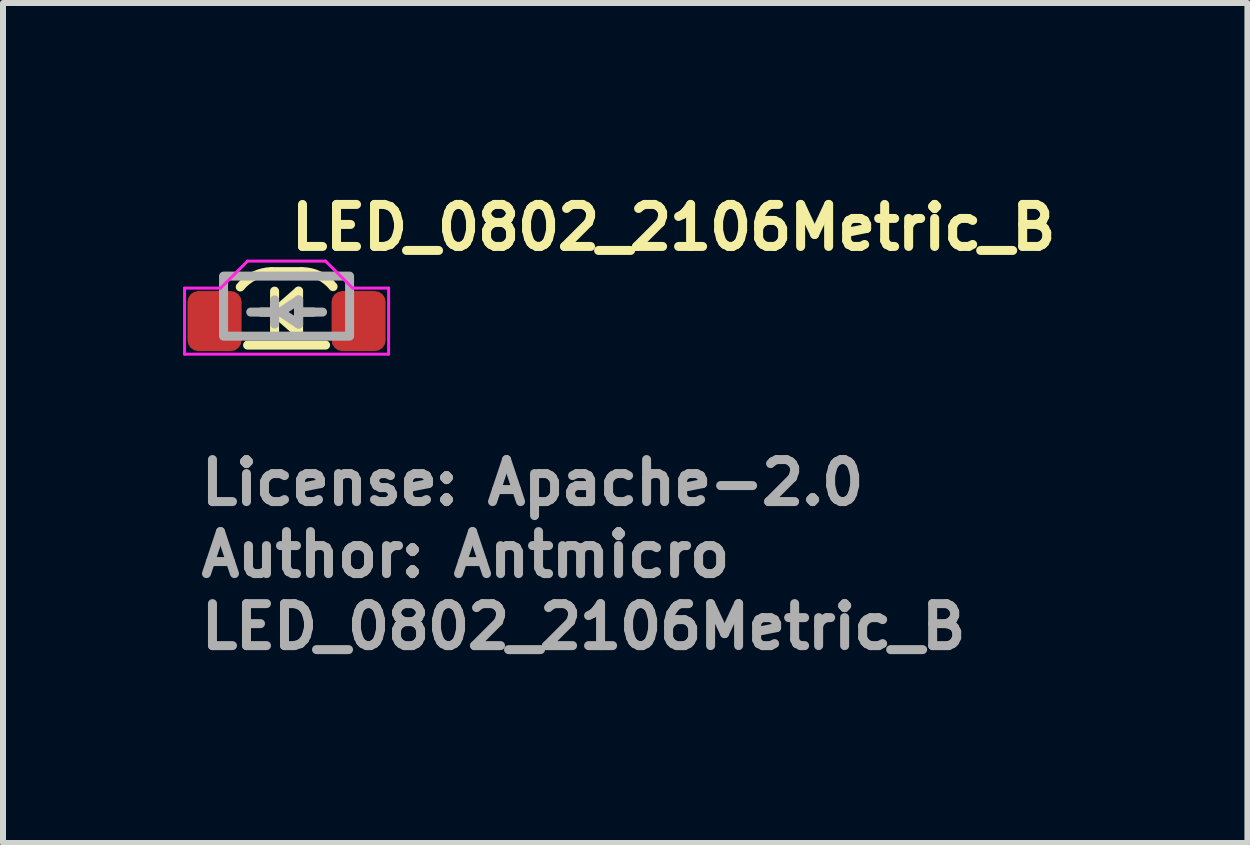
<source format=kicad_pcb>
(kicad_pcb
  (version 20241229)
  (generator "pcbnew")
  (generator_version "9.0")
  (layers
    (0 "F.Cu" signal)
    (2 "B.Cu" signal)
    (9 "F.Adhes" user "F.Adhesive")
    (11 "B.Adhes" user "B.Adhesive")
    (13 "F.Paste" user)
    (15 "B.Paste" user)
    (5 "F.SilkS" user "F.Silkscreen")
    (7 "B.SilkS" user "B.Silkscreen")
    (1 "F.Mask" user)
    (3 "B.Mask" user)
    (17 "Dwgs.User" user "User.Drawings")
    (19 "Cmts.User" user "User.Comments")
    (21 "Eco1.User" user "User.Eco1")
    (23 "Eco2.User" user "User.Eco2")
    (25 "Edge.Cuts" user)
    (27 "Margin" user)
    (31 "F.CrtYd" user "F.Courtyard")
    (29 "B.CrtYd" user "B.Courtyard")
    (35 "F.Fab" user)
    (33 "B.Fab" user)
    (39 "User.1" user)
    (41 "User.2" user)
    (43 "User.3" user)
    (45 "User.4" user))
  (footprint "LED_0802_2106Metric_B"
    (layer "F.Cu")
    (at 1.725 2.05)
    (property "Reference" "LED_0802_2106Metric_B" (at 0 -0.9 0) (layer "F.SilkS") (effects (font (size 0.7 0.7) (thickness 0.15)) (justify left bottom)))
    (attr smd)
    (fp_line (start -0.2 0.101) (end 0.2 -0.249) (stroke (width 0.15) (type solid)) (layer "F.SilkS"))
    (fp_line (start -0.2 0.451) (end -0.2 -0.249) (stroke (width 0.15) (type solid)) (layer "F.SilkS"))
    (fp_line (start -0.19 0.1) (end -0.425 0.1) (stroke (width 0.15) (type solid)) (layer "F.SilkS"))
    (fp_line (start 0.2 0.451) (end -0.2 0.101) (stroke (width 0.15) (type solid)) (layer "F.SilkS"))
    (fp_line (start 0.2 0.451) (end 0.2 -0.249) (stroke (width 0.15) (type solid)) (layer "F.SilkS"))
    (fp_line (start 0.21 0.1) (end 0.45 0.1) (stroke (width 0.15) (type solid)) (layer "F.SilkS"))
    (fp_line (start 0.25 -0.574) (end -0.25 -0.574) (stroke (width 0.15) (type solid)) (layer "F.SilkS"))
    (fp_line (start 0.65 0.65) (end -0.65 0.65) (stroke (width 0.15) (type solid)) (layer "F.SilkS"))
    (fp_arc (start -0.771526 -0.317954) (mid -0.539233 -0.503967) (end -0.25 -0.574) (stroke (width 0.15) (type solid)) (layer "F.SilkS"))
    (fp_arc (start 0.25 -0.574) (mid 0.541084 -0.509026) (end 0.775 -0.324) (stroke (width 0.15) (type solid)) (layer "F.SilkS"))
    (fp_line (start -1.7 -0.299) (end -1.1 -0.299) (stroke (width 0.05) (type solid)) (layer "F.CrtYd"))
    (fp_line (start -1.7 0.801) (end -1.7 -0.299) (stroke (width 0.05) (type solid)) (layer "F.CrtYd"))
    (fp_line (start -1.1 -0.299) (end -0.65 -0.749) (stroke (width 0.05) (type solid)) (layer "F.CrtYd"))
    (fp_line (start -0.65 -0.749) (end 0.65 -0.749) (stroke (width 0.05) (type solid)) (layer "F.CrtYd"))
    (fp_line (start 0.65 -0.749) (end 1.1 -0.299) (stroke (width 0.05) (type solid)) (layer "F.CrtYd"))
    (fp_line (start 1.1 -0.299) (end 1.7 -0.299) (stroke (width 0.05) (type solid)) (layer "F.CrtYd"))
    (fp_line (start 1.7 -0.299) (end 1.7 0.801) (stroke (width 0.05) (type solid)) (layer "F.CrtYd"))
    (fp_line (start 1.7 0.801) (end -1.7 0.801) (stroke (width 0.05) (type solid)) (layer "F.CrtYd"))
    (fp_line (start -0.199 -0.103) (end -0.199 0.199) (stroke (width 0.15) (type solid)) (layer "F.Fab"))
    (fp_line (start -0.199 0.1) (end -0.597 0.1) (stroke (width 0.15) (type solid)) (layer "F.Fab"))
    (fp_line (start -0.199 0.3) (end -0.199 0.199) (stroke (width 0.15) (type solid)) (layer "F.Fab"))
    (fp_line (start -0.101 0.1) (end 0.201 0.3) (stroke (width 0.15) (type solid)) (layer "F.Fab"))
    (fp_line (start 0.201 -0.103) (end -0.101 0.1) (stroke (width 0.15) (type solid)) (layer "F.Fab"))
    (fp_line (start 0.201 0.1) (end 0.201 -0.103) (stroke (width 0.15) (type solid)) (layer "F.Fab"))
    (fp_line (start 0.201 0.3) (end 0.201 0.1) (stroke (width 0.15) (type solid)) (layer "F.Fab"))
    (fp_line (start 0.599 0.1) (end 0.201 0.1) (stroke (width 0.15) (type solid)) (layer "F.Fab"))
    (fp_rect (start 1.05 0.501) (end -1.05 -0.499) (stroke (width 0.15) (type solid)) (fill no) (layer "F.Fab"))
    (fp_rect (start 1.05 0.501) (end -1.05 -0.5) (stroke (width 0.1) (type solid)) (fill no) (layer "User.5"))
    (fp_line (start -1.05 0) (end -1.05 0.5) (stroke (width 0.02) (type solid)) (layer "User.9"))
    (fp_line (start -1.05 0) (end -0.85 0) (stroke (width 0.02) (type solid)) (layer "User.9"))
    (fp_line (start -1.05 0.5) (end -0.75 0.5) (stroke (width 0.02) (type solid)) (layer "User.9"))
    (fp_line (start -1.02 0.029) (end -1.02 0.469) (stroke (width 0.02) (type solid)) (layer "User.9"))
    (fp_line (start -1.02 0.029) (end -1.02 0.469) (stroke (width 0.02) (type solid)) (layer "User.9"))
    (fp_line (start -1.02 0.469) (end -0.75 0.469) (stroke (width 0.02) (type solid)) (layer "User.9"))
    (fp_line (start -1.02 0.469) (end -0.75 0.469) (stroke (width 0.02) (type solid)) (layer "User.9"))
    (fp_line (start -0.85 0) (end -0.85 0.029) (stroke (width 0.02) (type solid)) (layer "User.9"))
    (fp_line (start -0.85 0) (end -0.85 0.029) (stroke (width 0.02) (type solid)) (layer "User.9"))
    (fp_line (start -0.85 0) (end 0.85 0) (stroke (width 0.02) (type solid)) (layer "User.9"))
    (fp_line (start -0.85 0) (end 0.85 0) (stroke (width 0.02) (type solid)) (layer "User.9"))
    (fp_line (start -0.85 0.029) (end -1.02 0.029) (stroke (width 0.02) (type solid)) (layer "User.9"))
    (fp_line (start -0.85 0.029) (end -1.02 0.029) (stroke (width 0.02) (type solid)) (layer "User.9"))
    (fp_line (start -0.844 -0.026) (end -0.85 0) (stroke (width 0.02) (type solid)) (layer "User.9"))
    (fp_line (start -0.838 -0.052) (end -0.844 -0.026) (stroke (width 0.02) (type solid)) (layer "User.9"))
    (fp_line (start -0.831 -0.079) (end -0.838 -0.052) (stroke (width 0.02) (type solid)) (layer "User.9"))
    (fp_line (start -0.822 -0.103) (end -0.831 -0.079) (stroke (width 0.02) (type solid)) (layer "User.9"))
    (fp_line (start -0.812 -0.129) (end -0.822 -0.103) (stroke (width 0.02) (type solid)) (layer "User.9"))
    (fp_line (start -0.802 -0.153) (end -0.812 -0.129) (stroke (width 0.02) (type solid)) (layer "User.9"))
    (fp_line (start -0.79 -0.176) (end -0.802 -0.153) (stroke (width 0.02) (type solid)) (layer "User.9"))
    (fp_line (start -0.778 -0.199) (end -0.79 -0.176) (stroke (width 0.02) (type solid)) (layer "User.9"))
    (fp_line (start -0.764 -0.222) (end -0.778 -0.199) (stroke (width 0.02) (type solid)) (layer "User.9"))
    (fp_line (start -0.75 -0.243) (end -0.764 -0.222) (stroke (width 0.02) (type solid)) (layer "User.9"))
    (fp_line (start -0.75 0.469) (end -0.75 0.5) (stroke (width 0.02) (type solid)) (layer "User.9"))
    (fp_line (start -0.75 0.469) (end -0.75 0.5) (stroke (width 0.02) (type solid)) (layer "User.9"))
    (fp_line (start -0.75 0.5) (end -0.646 0.5) (stroke (width 0.02) (type solid)) (layer "User.9"))
    (fp_line (start -0.734 -0.264) (end -0.75 -0.243) (stroke (width 0.02) (type solid)) (layer "User.9"))
    (fp_line (start -0.718 -0.285) (end -0.734 -0.264) (stroke (width 0.02) (type solid)) (layer "User.9"))
    (fp_line (start -0.701 -0.304) (end -0.718 -0.285) (stroke (width 0.02) (type solid)) (layer "User.9"))
    (fp_line (start -0.683 -0.323) (end -0.701 -0.304) (stroke (width 0.02) (type solid)) (layer "User.9"))
    (fp_line (start -0.665 -0.34) (end -0.683 -0.323) (stroke (width 0.02) (type solid)) (layer "User.9"))
    (fp_line (start -0.646 0.5) (end -0.646 0.501) (stroke (width 0.02) (type solid)) (layer "User.9"))
    (fp_line (start -0.646 0.501) (end 0 0.501) (stroke (width 0.02) (type solid)) (layer "User.9"))
    (fp_line (start -0.645 -0.358) (end -0.665 -0.34) (stroke (width 0.02) (type solid)) (layer "User.9"))
    (fp_line (start -0.625 -0.374) (end -0.645 -0.358) (stroke (width 0.02) (type solid)) (layer "User.9"))
    (fp_line (start -0.604 -0.389) (end -0.625 -0.374) (stroke (width 0.02) (type solid)) (layer "User.9"))
    (fp_line (start -0.583 -0.404) (end -0.604 -0.389) (stroke (width 0.02) (type solid)) (layer "User.9"))
    (fp_line (start -0.561 -0.417) (end -0.583 -0.404) (stroke (width 0.02) (type solid)) (layer "User.9"))
    (fp_line (start -0.538 -0.43) (end -0.561 -0.417) (stroke (width 0.02) (type solid)) (layer "User.9"))
    (fp_line (start -0.515 -0.442) (end -0.538 -0.43) (stroke (width 0.02) (type solid)) (layer "User.9"))
    (fp_line (start -0.491 -0.452) (end -0.515 -0.442) (stroke (width 0.02) (type solid)) (layer "User.9"))
    (fp_line (start -0.467 -0.461) (end -0.491 -0.452) (stroke (width 0.02) (type solid)) (layer "User.9"))
    (fp_line (start -0.442 -0.47) (end -0.467 -0.461) (stroke (width 0.02) (type solid)) (layer "User.9"))
    (fp_line (start -0.417 -0.477) (end -0.442 -0.47) (stroke (width 0.02) (type solid)) (layer "User.9"))
    (fp_line (start -0.391 -0.485) (end -0.417 -0.477) (stroke (width 0.02) (type solid)) (layer "User.9"))
    (fp_line (start -0.365 -0.49) (end -0.391 -0.485) (stroke (width 0.02) (type solid)) (layer "User.9"))
    (fp_line (start -0.339 -0.494) (end -0.365 -0.49) (stroke (width 0.02) (type solid)) (layer "User.9"))
    (fp_line (start -0.312 -0.497) (end -0.339 -0.494) (stroke (width 0.02) (type solid)) (layer "User.9"))
    (fp_line (start -0.285 -0.499) (end -0.312 -0.497) (stroke (width 0.02) (type solid)) (layer "User.9"))
    (fp_line (start -0.258 -0.5) (end -0.285 -0.499) (stroke (width 0.02) (type solid)) (layer "User.9"))
    (fp_line (start -0.258 -0.5) (end 0.258 -0.5) (stroke (width 0.02) (type solid)) (layer "User.9"))
    (fp_line (start 0 0.5) (end 0 0.501) (stroke (width 0.02) (type solid)) (layer "User.9"))
    (fp_line (start 0 0.5) (end 0.75 0.5) (stroke (width 0.02) (type solid)) (layer "User.9"))
    (fp_line (start 0.258 -0.5) (end 0.285 -0.499) (stroke (width 0.02) (type solid)) (layer "User.9"))
    (fp_line (start 0.285 -0.499) (end 0.312 -0.497) (stroke (width 0.02) (type solid)) (layer "User.9"))
    (fp_line (start 0.312 -0.497) (end 0.339 -0.494) (stroke (width 0.02) (type solid)) (layer "User.9"))
    (fp_line (start 0.339 -0.494) (end 0.365 -0.49) (stroke (width 0.02) (type solid)) (layer "User.9"))
    (fp_line (start 0.365 -0.49) (end 0.391 -0.485) (stroke (width 0.02) (type solid)) (layer "User.9"))
    (fp_line (start 0.391 -0.485) (end 0.417 -0.477) (stroke (width 0.02) (type solid)) (layer "User.9"))
    (fp_line (start 0.417 -0.477) (end 0.442 -0.47) (stroke (width 0.02) (type solid)) (layer "User.9"))
    (fp_line (start 0.442 -0.47) (end 0.467 -0.461) (stroke (width 0.02) (type solid)) (layer "User.9"))
    (fp_line (start 0.467 -0.461) (end 0.491 -0.452) (stroke (width 0.02) (type solid)) (layer "User.9"))
    (fp_line (start 0.491 -0.452) (end 0.515 -0.442) (stroke (width 0.02) (type solid)) (layer "User.9"))
    (fp_line (start 0.515 -0.442) (end 0.538 -0.43) (stroke (width 0.02) (type solid)) (layer "User.9"))
    (fp_line (start 0.538 -0.43) (end 0.561 -0.417) (stroke (width 0.02) (type solid)) (layer "User.9"))
    (fp_line (start 0.561 -0.417) (end 0.583 -0.404) (stroke (width 0.02) (type solid)) (layer "User.9"))
    (fp_line (start 0.583 -0.404) (end 0.604 -0.389) (stroke (width 0.02) (type solid)) (layer "User.9"))
    (fp_line (start 0.604 -0.389) (end 0.625 -0.374) (stroke (width 0.02) (type solid)) (layer "User.9"))
    (fp_line (start 0.625 -0.374) (end 0.645 -0.358) (stroke (width 0.02) (type solid)) (layer "User.9"))
    (fp_line (start 0.645 -0.358) (end 0.665 -0.34) (stroke (width 0.02) (type solid)) (layer "User.9"))
    (fp_line (start 0.665 -0.34) (end 0.683 -0.323) (stroke (width 0.02) (type solid)) (layer "User.9"))
    (fp_line (start 0.683 -0.323) (end 0.701 -0.304) (stroke (width 0.02) (type solid)) (layer "User.9"))
    (fp_line (start 0.701 -0.304) (end 0.718 -0.285) (stroke (width 0.02) (type solid)) (layer "User.9"))
    (fp_line (start 0.718 -0.285) (end 0.734 -0.264) (stroke (width 0.02) (type solid)) (layer "User.9"))
    (fp_line (start 0.734 -0.264) (end 0.75 -0.243) (stroke (width 0.02) (type solid)) (layer "User.9"))
    (fp_line (start 0.75 -0.243) (end 0.764 -0.222) (stroke (width 0.02) (type solid)) (layer "User.9"))
    (fp_line (start 0.75 0.469) (end 0.75 0.5) (stroke (width 0.02) (type solid)) (layer "User.9"))
    (fp_line (start 0.75 0.469) (end 0.75 0.5) (stroke (width 0.02) (type solid)) (layer "User.9"))
    (fp_line (start 0.75 0.5) (end 1.05 0.5) (stroke (width 0.02) (type solid)) (layer "User.9"))
    (fp_line (start 0.764 -0.222) (end 0.778 -0.199) (stroke (width 0.02) (type solid)) (layer "User.9"))
    (fp_line (start 0.778 -0.199) (end 0.79 -0.176) (stroke (width 0.02) (type solid)) (layer "User.9"))
    (fp_line (start 0.79 -0.176) (end 0.802 -0.153) (stroke (width 0.02) (type solid)) (layer "User.9"))
    (fp_line (start 0.802 -0.153) (end 0.812 -0.129) (stroke (width 0.02) (type solid)) (layer "User.9"))
    (fp_line (start 0.812 -0.129) (end 0.822 -0.103) (stroke (width 0.02) (type solid)) (layer "User.9"))
    (fp_line (start 0.822 -0.103) (end 0.831 -0.079) (stroke (width 0.02) (type solid)) (layer "User.9"))
    (fp_line (start 0.831 -0.079) (end 0.838 -0.052) (stroke (width 0.02) (type solid)) (layer "User.9"))
    (fp_line (start 0.838 -0.052) (end 0.844 -0.026) (stroke (width 0.02) (type solid)) (layer "User.9"))
    (fp_line (start 0.844 -0.026) (end 0.85 0) (stroke (width 0.02) (type solid)) (layer "User.9"))
    (fp_line (start 0.85 0) (end 0.85 0.029) (stroke (width 0.02) (type solid)) (layer "User.9"))
    (fp_line (start 0.85 0) (end 0.85 0.029) (stroke (width 0.02) (type solid)) (layer "User.9"))
    (fp_line (start 0.85 0) (end 1.05 0) (stroke (width 0.02) (type solid)) (layer "User.9"))
    (fp_line (start 0.85 0.029) (end 1.02 0.029) (stroke (width 0.02) (type solid)) (layer "User.9"))
    (fp_line (start 0.85 0.029) (end 1.02 0.029) (stroke (width 0.02) (type solid)) (layer "User.9"))
    (fp_line (start 1.02 0.029) (end 1.02 0.469) (stroke (width 0.02) (type solid)) (layer "User.9"))
    (fp_line (start 1.02 0.029) (end 1.02 0.469) (stroke (width 0.02) (type solid)) (layer "User.9"))
    (fp_line (start 1.02 0.469) (end 0.75 0.469) (stroke (width 0.02) (type solid)) (layer "User.9"))
    (fp_line (start 1.02 0.469) (end 0.75 0.469) (stroke (width 0.02) (type solid)) (layer "User.9"))
    (fp_line (start 1.05 0) (end 1.05 0.5) (stroke (width 0.02) (type solid)) (layer "User.9"))
    (fp_text user "${REFERENCE}" (at -1.5 5.751 0) (layer "F.Fab") (effects (font (size 0.7 0.7) (thickness 0.15)) (justify left bottom)))
    (fp_text user "License: Apache-2.0" (at -1.5 3.351 0) (layer "F.Fab") (effects (font (size 0.7 0.7) (thickness 0.15)) (justify left bottom)))
    (fp_text user "Author: Antmicro" (at -1.5 4.551 0) (layer "F.Fab") (effects (font (size 0.7 0.7) (thickness 0.15)) (justify left bottom)))
    (pad "1" smd roundrect (at -1.2 0.25) (size 0.9 1) (layers "F.Cu" "F.Mask" "F.Paste") (roundrect_rratio 0.2))
    (pad "2" smd roundrect (at 1.2 0.25) (size 0.9 1) (layers "F.Cu" "F.Mask" "F.Paste") (roundrect_rratio 0.2)))
  (gr_rect
    (start -3 -3)
    (end 17.735 10.996)
    (stroke (width 0.1) (type default))
    (fill no)
    (layer "Edge.Cuts")))
</source>
